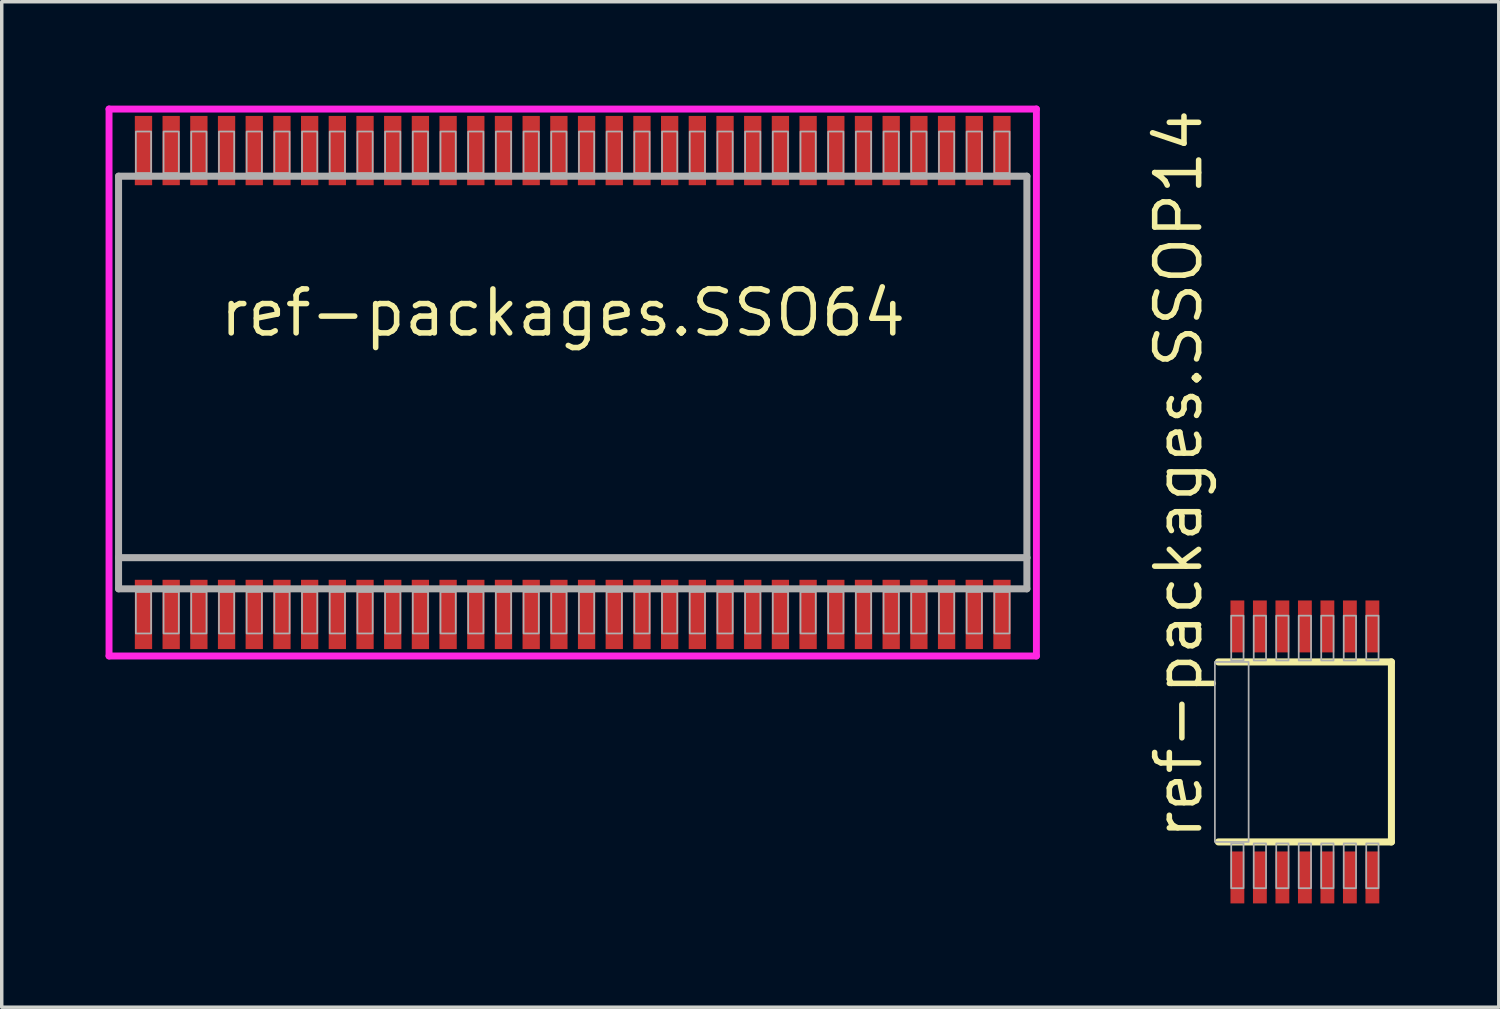
<source format=kicad_pcb>
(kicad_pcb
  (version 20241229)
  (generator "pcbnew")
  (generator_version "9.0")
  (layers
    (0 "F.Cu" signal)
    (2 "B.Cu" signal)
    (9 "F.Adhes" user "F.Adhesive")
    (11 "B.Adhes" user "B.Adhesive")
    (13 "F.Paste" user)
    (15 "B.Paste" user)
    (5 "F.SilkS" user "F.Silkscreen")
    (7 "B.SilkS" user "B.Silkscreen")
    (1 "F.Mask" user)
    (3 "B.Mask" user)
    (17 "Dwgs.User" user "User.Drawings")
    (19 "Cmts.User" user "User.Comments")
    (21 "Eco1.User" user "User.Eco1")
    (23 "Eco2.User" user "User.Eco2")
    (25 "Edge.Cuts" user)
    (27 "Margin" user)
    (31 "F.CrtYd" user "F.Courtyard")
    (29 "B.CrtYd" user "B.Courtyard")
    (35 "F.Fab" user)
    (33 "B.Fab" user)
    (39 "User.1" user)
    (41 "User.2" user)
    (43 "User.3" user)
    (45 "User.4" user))
  (footprint "ref-packages.SSO64"
    (layer "F.Cu")
    (at 13.495 8)
    (property "Reference" "ref-packages.SSO64" (at -10.273 -1.27 0) (layer "F.SilkS") (effects (font (size 1.27 1.27) (thickness 0.16)) (justify left bottom)))
    (attr smd)
    (fp_line (start -13.395 -7.9) (end 13.395 -7.9) (stroke (width 0.2) (type default)) (layer "F.CrtYd"))
    (fp_line (start -13.395 7.9) (end -13.395 -7.9) (stroke (width 0.2) (type default)) (layer "F.CrtYd"))
    (fp_line (start 13.395 -7.9) (end 13.395 7.9) (stroke (width 0.2) (type default)) (layer "F.CrtYd"))
    (fp_line (start 13.395 7.9) (end -13.395 7.9) (stroke (width 0.2) (type default)) (layer "F.CrtYd"))
    (fp_line (start -13.12 -5.96) (end 13.12 -5.96) (stroke (width 0.203) (type default)) (layer "F.Fab"))
    (fp_line (start -13.12 5.06) (end -13.12 -5.96) (stroke (width 0.203) (type default)) (layer "F.Fab"))
    (fp_line (start -13.12 5.96) (end -13.12 5.06) (stroke (width 0.203) (type default)) (layer "F.Fab"))
    (fp_line (start 13.12 -5.96) (end 13.12 5.06) (stroke (width 0.203) (type default)) (layer "F.Fab"))
    (fp_line (start 13.12 5.06) (end -13.12 5.06) (stroke (width 0.203) (type default)) (layer "F.Fab"))
    (fp_line (start 13.12 5.06) (end 13.12 5.96) (stroke (width 0.203) (type default)) (layer "F.Fab"))
    (fp_line (start 13.12 5.96) (end -13.12 5.96) (stroke (width 0.203) (type default)) (layer "F.Fab"))
    (fp_rect (start -12.62 -6.05) (end -12.18 -7.25) (stroke (width 0.05) (type default)) (fill no) (layer "F.Fab"))
    (fp_rect (start -12.62 7.25) (end -12.18 6.05) (stroke (width 0.05) (type default)) (fill no) (layer "F.Fab"))
    (fp_rect (start -11.82 -6.05) (end -11.38 -7.25) (stroke (width 0.05) (type default)) (fill no) (layer "F.Fab"))
    (fp_rect (start -11.82 7.25) (end -11.38 6.05) (stroke (width 0.05) (type default)) (fill no) (layer "F.Fab"))
    (fp_rect (start -11.02 -6.05) (end -10.58 -7.25) (stroke (width 0.05) (type default)) (fill no) (layer "F.Fab"))
    (fp_rect (start -11.02 7.25) (end -10.58 6.05) (stroke (width 0.05) (type default)) (fill no) (layer "F.Fab"))
    (fp_rect (start -10.22 -6.05) (end -9.78 -7.25) (stroke (width 0.05) (type default)) (fill no) (layer "F.Fab"))
    (fp_rect (start -10.22 7.25) (end -9.78 6.05) (stroke (width 0.05) (type default)) (fill no) (layer "F.Fab"))
    (fp_rect (start -9.42 -6.05) (end -8.98 -7.25) (stroke (width 0.05) (type default)) (fill no) (layer "F.Fab"))
    (fp_rect (start -9.42 7.25) (end -8.98 6.05) (stroke (width 0.05) (type default)) (fill no) (layer "F.Fab"))
    (fp_rect (start -8.62 -6.05) (end -8.18 -7.25) (stroke (width 0.05) (type default)) (fill no) (layer "F.Fab"))
    (fp_rect (start -8.62 7.25) (end -8.18 6.05) (stroke (width 0.05) (type default)) (fill no) (layer "F.Fab"))
    (fp_rect (start -7.82 -6.05) (end -7.38 -7.25) (stroke (width 0.05) (type default)) (fill no) (layer "F.Fab"))
    (fp_rect (start -7.82 7.25) (end -7.38 6.05) (stroke (width 0.05) (type default)) (fill no) (layer "F.Fab"))
    (fp_rect (start -7.02 -6.05) (end -6.58 -7.25) (stroke (width 0.05) (type default)) (fill no) (layer "F.Fab"))
    (fp_rect (start -7.02 7.25) (end -6.58 6.05) (stroke (width 0.05) (type default)) (fill no) (layer "F.Fab"))
    (fp_rect (start -6.22 -6.05) (end -5.78 -7.25) (stroke (width 0.05) (type default)) (fill no) (layer "F.Fab"))
    (fp_rect (start -6.22 7.25) (end -5.78 6.05) (stroke (width 0.05) (type default)) (fill no) (layer "F.Fab"))
    (fp_rect (start -5.42 -6.05) (end -4.98 -7.25) (stroke (width 0.05) (type default)) (fill no) (layer "F.Fab"))
    (fp_rect (start -5.42 7.25) (end -4.98 6.05) (stroke (width 0.05) (type default)) (fill no) (layer "F.Fab"))
    (fp_rect (start -4.62 -6.05) (end -4.18 -7.25) (stroke (width 0.05) (type default)) (fill no) (layer "F.Fab"))
    (fp_rect (start -4.62 7.25) (end -4.18 6.05) (stroke (width 0.05) (type default)) (fill no) (layer "F.Fab"))
    (fp_rect (start -3.82 -6.05) (end -3.38 -7.25) (stroke (width 0.05) (type default)) (fill no) (layer "F.Fab"))
    (fp_rect (start -3.82 7.25) (end -3.38 6.05) (stroke (width 0.05) (type default)) (fill no) (layer "F.Fab"))
    (fp_rect (start -3.02 -6.05) (end -2.58 -7.25) (stroke (width 0.05) (type default)) (fill no) (layer "F.Fab"))
    (fp_rect (start -3.02 7.25) (end -2.58 6.05) (stroke (width 0.05) (type default)) (fill no) (layer "F.Fab"))
    (fp_rect (start -2.22 -6.05) (end -1.78 -7.25) (stroke (width 0.05) (type default)) (fill no) (layer "F.Fab"))
    (fp_rect (start -2.22 7.25) (end -1.78 6.05) (stroke (width 0.05) (type default)) (fill no) (layer "F.Fab"))
    (fp_rect (start -1.42 -6.05) (end -0.98 -7.25) (stroke (width 0.05) (type default)) (fill no) (layer "F.Fab"))
    (fp_rect (start -1.42 7.25) (end -0.98 6.05) (stroke (width 0.05) (type default)) (fill no) (layer "F.Fab"))
    (fp_rect (start -0.62 -6.05) (end -0.18 -7.25) (stroke (width 0.05) (type default)) (fill no) (layer "F.Fab"))
    (fp_rect (start -0.62 7.25) (end -0.18 6.05) (stroke (width 0.05) (type default)) (fill no) (layer "F.Fab"))
    (fp_rect (start 0.18 -6.05) (end 0.62 -7.25) (stroke (width 0.05) (type default)) (fill no) (layer "F.Fab"))
    (fp_rect (start 0.18 7.25) (end 0.62 6.05) (stroke (width 0.05) (type default)) (fill no) (layer "F.Fab"))
    (fp_rect (start 0.98 -6.05) (end 1.42 -7.25) (stroke (width 0.05) (type default)) (fill no) (layer "F.Fab"))
    (fp_rect (start 0.98 7.25) (end 1.42 6.05) (stroke (width 0.05) (type default)) (fill no) (layer "F.Fab"))
    (fp_rect (start 1.78 -6.05) (end 2.22 -7.25) (stroke (width 0.05) (type default)) (fill no) (layer "F.Fab"))
    (fp_rect (start 1.78 7.25) (end 2.22 6.05) (stroke (width 0.05) (type default)) (fill no) (layer "F.Fab"))
    (fp_rect (start 2.58 -6.05) (end 3.02 -7.25) (stroke (width 0.05) (type default)) (fill no) (layer "F.Fab"))
    (fp_rect (start 2.58 7.25) (end 3.02 6.05) (stroke (width 0.05) (type default)) (fill no) (layer "F.Fab"))
    (fp_rect (start 3.38 -6.05) (end 3.82 -7.25) (stroke (width 0.05) (type default)) (fill no) (layer "F.Fab"))
    (fp_rect (start 3.38 7.25) (end 3.82 6.05) (stroke (width 0.05) (type default)) (fill no) (layer "F.Fab"))
    (fp_rect (start 4.18 -6.05) (end 4.62 -7.25) (stroke (width 0.05) (type default)) (fill no) (layer "F.Fab"))
    (fp_rect (start 4.18 7.25) (end 4.62 6.05) (stroke (width 0.05) (type default)) (fill no) (layer "F.Fab"))
    (fp_rect (start 4.98 -6.05) (end 5.42 -7.25) (stroke (width 0.05) (type default)) (fill no) (layer "F.Fab"))
    (fp_rect (start 4.98 7.25) (end 5.42 6.05) (stroke (width 0.05) (type default)) (fill no) (layer "F.Fab"))
    (fp_rect (start 5.78 -6.05) (end 6.22 -7.25) (stroke (width 0.05) (type default)) (fill no) (layer "F.Fab"))
    (fp_rect (start 5.78 7.25) (end 6.22 6.05) (stroke (width 0.05) (type default)) (fill no) (layer "F.Fab"))
    (fp_rect (start 6.58 -6.05) (end 7.02 -7.25) (stroke (width 0.05) (type default)) (fill no) (layer "F.Fab"))
    (fp_rect (start 6.58 7.25) (end 7.02 6.05) (stroke (width 0.05) (type default)) (fill no) (layer "F.Fab"))
    (fp_rect (start 7.38 -6.05) (end 7.82 -7.25) (stroke (width 0.05) (type default)) (fill no) (layer "F.Fab"))
    (fp_rect (start 7.38 7.25) (end 7.82 6.05) (stroke (width 0.05) (type default)) (fill no) (layer "F.Fab"))
    (fp_rect (start 8.18 -6.05) (end 8.62 -7.25) (stroke (width 0.05) (type default)) (fill no) (layer "F.Fab"))
    (fp_rect (start 8.18 7.25) (end 8.62 6.05) (stroke (width 0.05) (type default)) (fill no) (layer "F.Fab"))
    (fp_rect (start 8.98 -6.05) (end 9.42 -7.25) (stroke (width 0.05) (type default)) (fill no) (layer "F.Fab"))
    (fp_rect (start 8.98 7.25) (end 9.42 6.05) (stroke (width 0.05) (type default)) (fill no) (layer "F.Fab"))
    (fp_rect (start 9.78 -6.05) (end 10.22 -7.25) (stroke (width 0.05) (type default)) (fill no) (layer "F.Fab"))
    (fp_rect (start 9.78 7.25) (end 10.22 6.05) (stroke (width 0.05) (type default)) (fill no) (layer "F.Fab"))
    (fp_rect (start 10.58 -6.05) (end 11.02 -7.25) (stroke (width 0.05) (type default)) (fill no) (layer "F.Fab"))
    (fp_rect (start 10.58 7.25) (end 11.02 6.05) (stroke (width 0.05) (type default)) (fill no) (layer "F.Fab"))
    (fp_rect (start 11.38 -6.05) (end 11.82 -7.25) (stroke (width 0.05) (type default)) (fill no) (layer "F.Fab"))
    (fp_rect (start 11.38 7.25) (end 11.82 6.05) (stroke (width 0.05) (type default)) (fill no) (layer "F.Fab"))
    (fp_rect (start 12.18 -6.05) (end 12.62 -7.25) (stroke (width 0.05) (type default)) (fill no) (layer "F.Fab"))
    (fp_rect (start 12.18 7.25) (end 12.62 6.05) (stroke (width 0.05) (type default)) (fill no) (layer "F.Fab"))
    (pad "1" smd roundrect (at -12.4 6.7) (size 0.5 2) (layers "F.Cu" "F.Mask" "F.Paste") (roundrect_rratio 0.01))
    (pad "2" smd roundrect (at -11.6 6.7) (size 0.5 2) (layers "F.Cu" "F.Mask" "F.Paste") (roundrect_rratio 0.01))
    (pad "3" smd roundrect (at -10.8 6.7) (size 0.5 2) (layers "F.Cu" "F.Mask" "F.Paste") (roundrect_rratio 0.01))
    (pad "4" smd roundrect (at -10 6.7) (size 0.5 2) (layers "F.Cu" "F.Mask" "F.Paste") (roundrect_rratio 0.01))
    (pad "5" smd roundrect (at -9.2 6.7) (size 0.5 2) (layers "F.Cu" "F.Mask" "F.Paste") (roundrect_rratio 0.01))
    (pad "6" smd roundrect (at -8.4 6.7) (size 0.5 2) (layers "F.Cu" "F.Mask" "F.Paste") (roundrect_rratio 0.01))
    (pad "7" smd roundrect (at -7.6 6.7) (size 0.5 2) (layers "F.Cu" "F.Mask" "F.Paste") (roundrect_rratio 0.01))
    (pad "8" smd roundrect (at -6.8 6.7) (size 0.5 2) (layers "F.Cu" "F.Mask" "F.Paste") (roundrect_rratio 0.01))
    (pad "9" smd roundrect (at -6 6.7) (size 0.5 2) (layers "F.Cu" "F.Mask" "F.Paste") (roundrect_rratio 0.01))
    (pad "10" smd roundrect (at -5.2 6.7) (size 0.5 2) (layers "F.Cu" "F.Mask" "F.Paste") (roundrect_rratio 0.01))
    (pad "11" smd roundrect (at -4.4 6.7) (size 0.5 2) (layers "F.Cu" "F.Mask" "F.Paste") (roundrect_rratio 0.01))
    (pad "12" smd roundrect (at -3.6 6.7) (size 0.5 2) (layers "F.Cu" "F.Mask" "F.Paste") (roundrect_rratio 0.01))
    (pad "13" smd roundrect (at -2.8 6.7) (size 0.5 2) (layers "F.Cu" "F.Mask" "F.Paste") (roundrect_rratio 0.01))
    (pad "14" smd roundrect (at -2 6.7) (size 0.5 2) (layers "F.Cu" "F.Mask" "F.Paste") (roundrect_rratio 0.01))
    (pad "15" smd roundrect (at -1.2 6.7) (size 0.5 2) (layers "F.Cu" "F.Mask" "F.Paste") (roundrect_rratio 0.01))
    (pad "16" smd roundrect (at -0.4 6.7) (size 0.5 2) (layers "F.Cu" "F.Mask" "F.Paste") (roundrect_rratio 0.01))
    (pad "17" smd roundrect (at 0.4 6.7) (size 0.5 2) (layers "F.Cu" "F.Mask" "F.Paste") (roundrect_rratio 0.01))
    (pad "18" smd roundrect (at 1.2 6.7) (size 0.5 2) (layers "F.Cu" "F.Mask" "F.Paste") (roundrect_rratio 0.01))
    (pad "19" smd roundrect (at 2 6.7) (size 0.5 2) (layers "F.Cu" "F.Mask" "F.Paste") (roundrect_rratio 0.01))
    (pad "20" smd roundrect (at 2.8 6.7) (size 0.5 2) (layers "F.Cu" "F.Mask" "F.Paste") (roundrect_rratio 0.01))
    (pad "21" smd roundrect (at 3.6 6.7) (size 0.5 2) (layers "F.Cu" "F.Mask" "F.Paste") (roundrect_rratio 0.01))
    (pad "22" smd roundrect (at 4.4 6.7) (size 0.5 2) (layers "F.Cu" "F.Mask" "F.Paste") (roundrect_rratio 0.01))
    (pad "23" smd roundrect (at 5.2 6.7) (size 0.5 2) (layers "F.Cu" "F.Mask" "F.Paste") (roundrect_rratio 0.01))
    (pad "24" smd roundrect (at 6 6.7) (size 0.5 2) (layers "F.Cu" "F.Mask" "F.Paste") (roundrect_rratio 0.01))
    (pad "25" smd roundrect (at 6.8 6.7) (size 0.5 2) (layers "F.Cu" "F.Mask" "F.Paste") (roundrect_rratio 0.01))
    (pad "26" smd roundrect (at 7.6 6.7) (size 0.5 2) (layers "F.Cu" "F.Mask" "F.Paste") (roundrect_rratio 0.01))
    (pad "27" smd roundrect (at 8.4 6.7) (size 0.5 2) (layers "F.Cu" "F.Mask" "F.Paste") (roundrect_rratio 0.01))
    (pad "28" smd roundrect (at 9.2 6.7) (size 0.5 2) (layers "F.Cu" "F.Mask" "F.Paste") (roundrect_rratio 0.01))
    (pad "29" smd roundrect (at 10 6.7) (size 0.5 2) (layers "F.Cu" "F.Mask" "F.Paste") (roundrect_rratio 0.01))
    (pad "30" smd roundrect (at 10.8 6.7) (size 0.5 2) (layers "F.Cu" "F.Mask" "F.Paste") (roundrect_rratio 0.01))
    (pad "31" smd roundrect (at 11.6 6.7) (size 0.5 2) (layers "F.Cu" "F.Mask" "F.Paste") (roundrect_rratio 0.01))
    (pad "32" smd roundrect (at 12.4 6.7) (size 0.5 2) (layers "F.Cu" "F.Mask" "F.Paste") (roundrect_rratio 0.01))
    (pad "33" smd roundrect (at 12.4 -6.7) (size 0.5 2) (layers "F.Cu" "F.Mask" "F.Paste") (roundrect_rratio 0.01))
    (pad "34" smd roundrect (at 11.6 -6.7) (size 0.5 2) (layers "F.Cu" "F.Mask" "F.Paste") (roundrect_rratio 0.01))
    (pad "35" smd roundrect (at 10.8 -6.7) (size 0.5 2) (layers "F.Cu" "F.Mask" "F.Paste") (roundrect_rratio 0.01))
    (pad "36" smd roundrect (at 10 -6.7) (size 0.5 2) (layers "F.Cu" "F.Mask" "F.Paste") (roundrect_rratio 0.01))
    (pad "37" smd roundrect (at 9.2 -6.7) (size 0.5 2) (layers "F.Cu" "F.Mask" "F.Paste") (roundrect_rratio 0.01))
    (pad "38" smd roundrect (at 8.4 -6.7) (size 0.5 2) (layers "F.Cu" "F.Mask" "F.Paste") (roundrect_rratio 0.01))
    (pad "39" smd roundrect (at 7.6 -6.7) (size 0.5 2) (layers "F.Cu" "F.Mask" "F.Paste") (roundrect_rratio 0.01))
    (pad "40" smd roundrect (at 6.8 -6.7) (size 0.5 2) (layers "F.Cu" "F.Mask" "F.Paste") (roundrect_rratio 0.01))
    (pad "41" smd roundrect (at 6 -6.7) (size 0.5 2) (layers "F.Cu" "F.Mask" "F.Paste") (roundrect_rratio 0.01))
    (pad "42" smd roundrect (at 5.2 -6.7) (size 0.5 2) (layers "F.Cu" "F.Mask" "F.Paste") (roundrect_rratio 0.01))
    (pad "43" smd roundrect (at 4.4 -6.7) (size 0.5 2) (layers "F.Cu" "F.Mask" "F.Paste") (roundrect_rratio 0.01))
    (pad "44" smd roundrect (at 3.6 -6.7) (size 0.5 2) (layers "F.Cu" "F.Mask" "F.Paste") (roundrect_rratio 0.01))
    (pad "45" smd roundrect (at 2.8 -6.7) (size 0.5 2) (layers "F.Cu" "F.Mask" "F.Paste") (roundrect_rratio 0.01))
    (pad "46" smd roundrect (at 2 -6.7) (size 0.5 2) (layers "F.Cu" "F.Mask" "F.Paste") (roundrect_rratio 0.01))
    (pad "47" smd roundrect (at 1.2 -6.7) (size 0.5 2) (layers "F.Cu" "F.Mask" "F.Paste") (roundrect_rratio 0.01))
    (pad "48" smd roundrect (at 0.4 -6.7) (size 0.5 2) (layers "F.Cu" "F.Mask" "F.Paste") (roundrect_rratio 0.01))
    (pad "49" smd roundrect (at -0.4 -6.7) (size 0.5 2) (layers "F.Cu" "F.Mask" "F.Paste") (roundrect_rratio 0.01))
    (pad "50" smd roundrect (at -1.2 -6.7) (size 0.5 2) (layers "F.Cu" "F.Mask" "F.Paste") (roundrect_rratio 0.01))
    (pad "51" smd roundrect (at -2 -6.7) (size 0.5 2) (layers "F.Cu" "F.Mask" "F.Paste") (roundrect_rratio 0.01))
    (pad "52" smd roundrect (at -2.8 -6.7) (size 0.5 2) (layers "F.Cu" "F.Mask" "F.Paste") (roundrect_rratio 0.01))
    (pad "53" smd roundrect (at -3.6 -6.7) (size 0.5 2) (layers "F.Cu" "F.Mask" "F.Paste") (roundrect_rratio 0.01))
    (pad "54" smd roundrect (at -4.4 -6.7) (size 0.5 2) (layers "F.Cu" "F.Mask" "F.Paste") (roundrect_rratio 0.01))
    (pad "55" smd roundrect (at -5.2 -6.7) (size 0.5 2) (layers "F.Cu" "F.Mask" "F.Paste") (roundrect_rratio 0.01))
    (pad "56" smd roundrect (at -6 -6.7) (size 0.5 2) (layers "F.Cu" "F.Mask" "F.Paste") (roundrect_rratio 0.01))
    (pad "57" smd roundrect (at -6.8 -6.7) (size 0.5 2) (layers "F.Cu" "F.Mask" "F.Paste") (roundrect_rratio 0.01))
    (pad "58" smd roundrect (at -7.6 -6.7) (size 0.5 2) (layers "F.Cu" "F.Mask" "F.Paste") (roundrect_rratio 0.01))
    (pad "59" smd roundrect (at -8.4 -6.7) (size 0.5 2) (layers "F.Cu" "F.Mask" "F.Paste") (roundrect_rratio 0.01))
    (pad "60" smd roundrect (at -9.2 -6.7) (size 0.5 2) (layers "F.Cu" "F.Mask" "F.Paste") (roundrect_rratio 0.01))
    (pad "61" smd roundrect (at -10 -6.7) (size 0.5 2) (layers "F.Cu" "F.Mask" "F.Paste") (roundrect_rratio 0.01))
    (pad "62" smd roundrect (at -10.8 -6.7) (size 0.5 2) (layers "F.Cu" "F.Mask" "F.Paste") (roundrect_rratio 0.01))
    (pad "63" smd roundrect (at -11.6 -6.7) (size 0.5 2) (layers "F.Cu" "F.Mask" "F.Paste") (roundrect_rratio 0.01))
    (pad "64" smd roundrect (at -12.4 -6.7) (size 0.5 2) (layers "F.Cu" "F.Mask" "F.Paste") (roundrect_rratio 0.01)))
  (footprint "ref-packages.SSOP14"
    (layer "F.Cu")
    (at 34.646 18.672)
    (property "Reference" "ref-packages.SSOP14" (at -2.906 2.6 90) (layer "F.SilkS") (effects (font (size 1.27 1.27) (thickness 0.16)) (justify left bottom)))
    (attr smd)
    (fp_line (start -2.5 2.6) (end 2.5 2.6) (stroke (width 0.203) (type default)) (layer "F.SilkS"))
    (fp_line (start 2.5 -2.6) (end -2.5 -2.6) (stroke (width 0.203) (type default)) (layer "F.SilkS"))
    (fp_line (start 2.5 2.6) (end 2.5 -2.6) (stroke (width 0.203) (type default)) (layer "F.SilkS"))
    (fp_rect (start -2.6 2.6) (end -1.625 -2.6) (stroke (width 0.05) (type default)) (fill no) (layer "F.Fab"))
    (fp_rect (start -2.128 -2.642) (end -1.772 -3.937) (stroke (width 0.05) (type default)) (fill no) (layer "F.Fab"))
    (fp_rect (start -2.128 3.937) (end -1.772 2.642) (stroke (width 0.05) (type default)) (fill no) (layer "F.Fab"))
    (fp_rect (start -1.478 -2.642) (end -1.122 -3.937) (stroke (width 0.05) (type default)) (fill no) (layer "F.Fab"))
    (fp_rect (start -1.478 3.937) (end -1.122 2.642) (stroke (width 0.05) (type default)) (fill no) (layer "F.Fab"))
    (fp_rect (start -0.828 -2.642) (end -0.472 -3.937) (stroke (width 0.05) (type default)) (fill no) (layer "F.Fab"))
    (fp_rect (start -0.828 3.937) (end -0.472 2.642) (stroke (width 0.05) (type default)) (fill no) (layer "F.Fab"))
    (fp_rect (start -0.178 -2.642) (end 0.178 -3.937) (stroke (width 0.05) (type default)) (fill no) (layer "F.Fab"))
    (fp_rect (start -0.178 3.937) (end 0.178 2.642) (stroke (width 0.05) (type default)) (fill no) (layer "F.Fab"))
    (fp_rect (start 0.472 -2.642) (end 0.828 -3.937) (stroke (width 0.05) (type default)) (fill no) (layer "F.Fab"))
    (fp_rect (start 0.472 3.937) (end 0.828 2.642) (stroke (width 0.05) (type default)) (fill no) (layer "F.Fab"))
    (fp_rect (start 1.122 -2.642) (end 1.478 -3.937) (stroke (width 0.05) (type default)) (fill no) (layer "F.Fab"))
    (fp_rect (start 1.122 3.937) (end 1.478 2.642) (stroke (width 0.05) (type default)) (fill no) (layer "F.Fab"))
    (fp_rect (start 1.772 -2.642) (end 2.128 -3.937) (stroke (width 0.05) (type default)) (fill no) (layer "F.Fab"))
    (fp_rect (start 1.772 3.937) (end 2.128 2.642) (stroke (width 0.05) (type default)) (fill no) (layer "F.Fab"))
    (pad "1" smd roundrect (at -1.95 3.625) (size 0.4 1.5) (layers "F.Cu" "F.Mask" "F.Paste") (roundrect_rratio 0.01))
    (pad "2" smd roundrect (at -1.3 3.625) (size 0.4 1.5) (layers "F.Cu" "F.Mask" "F.Paste") (roundrect_rratio 0.01))
    (pad "3" smd roundrect (at -0.65 3.625) (size 0.4 1.5) (layers "F.Cu" "F.Mask" "F.Paste") (roundrect_rratio 0.01))
    (pad "4" smd roundrect (at 0 3.625) (size 0.4 1.5) (layers "F.Cu" "F.Mask" "F.Paste") (roundrect_rratio 0.01))
    (pad "5" smd roundrect (at 0.65 3.625) (size 0.4 1.5) (layers "F.Cu" "F.Mask" "F.Paste") (roundrect_rratio 0.01))
    (pad "6" smd roundrect (at 1.3 3.625) (size 0.4 1.5) (layers "F.Cu" "F.Mask" "F.Paste") (roundrect_rratio 0.01))
    (pad "7" smd roundrect (at 1.95 3.625) (size 0.4 1.5) (layers "F.Cu" "F.Mask" "F.Paste") (roundrect_rratio 0.01))
    (pad "8" smd roundrect (at 1.95 -3.625) (size 0.4 1.5) (layers "F.Cu" "F.Mask" "F.Paste") (roundrect_rratio 0.01))
    (pad "9" smd roundrect (at 1.3 -3.625) (size 0.4 1.5) (layers "F.Cu" "F.Mask" "F.Paste") (roundrect_rratio 0.01))
    (pad "10" smd roundrect (at 0.65 -3.625) (size 0.4 1.5) (layers "F.Cu" "F.Mask" "F.Paste") (roundrect_rratio 0.01))
    (pad "11" smd roundrect (at 0 -3.625) (size 0.4 1.5) (layers "F.Cu" "F.Mask" "F.Paste") (roundrect_rratio 0.01))
    (pad "12" smd roundrect (at -0.65 -3.625) (size 0.4 1.5) (layers "F.Cu" "F.Mask" "F.Paste") (roundrect_rratio 0.01))
    (pad "13" smd roundrect (at -1.3 -3.625) (size 0.4 1.5) (layers "F.Cu" "F.Mask" "F.Paste") (roundrect_rratio 0.01))
    (pad "14" smd roundrect (at -1.95 -3.625) (size 0.4 1.5) (layers "F.Cu" "F.Mask" "F.Paste") (roundrect_rratio 0.01)))
  (gr_rect
    (start -3 -3)
    (end 40.247 26.047)
    (stroke (width 0.1) (type default))
    (fill no)
    (layer "Edge.Cuts")))
</source>
